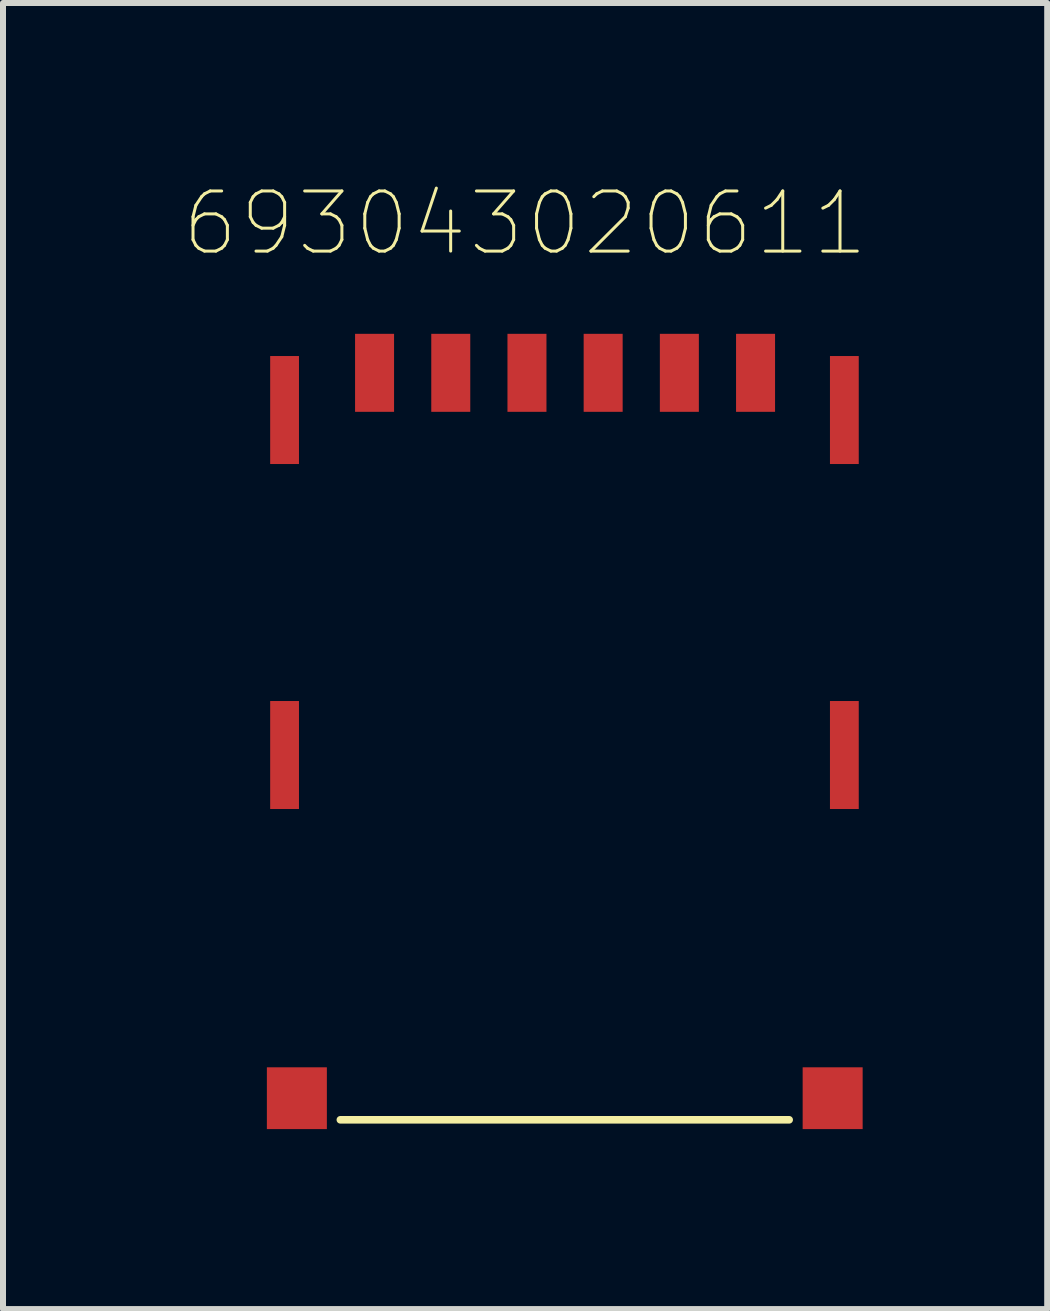
<source format=kicad_pcb>
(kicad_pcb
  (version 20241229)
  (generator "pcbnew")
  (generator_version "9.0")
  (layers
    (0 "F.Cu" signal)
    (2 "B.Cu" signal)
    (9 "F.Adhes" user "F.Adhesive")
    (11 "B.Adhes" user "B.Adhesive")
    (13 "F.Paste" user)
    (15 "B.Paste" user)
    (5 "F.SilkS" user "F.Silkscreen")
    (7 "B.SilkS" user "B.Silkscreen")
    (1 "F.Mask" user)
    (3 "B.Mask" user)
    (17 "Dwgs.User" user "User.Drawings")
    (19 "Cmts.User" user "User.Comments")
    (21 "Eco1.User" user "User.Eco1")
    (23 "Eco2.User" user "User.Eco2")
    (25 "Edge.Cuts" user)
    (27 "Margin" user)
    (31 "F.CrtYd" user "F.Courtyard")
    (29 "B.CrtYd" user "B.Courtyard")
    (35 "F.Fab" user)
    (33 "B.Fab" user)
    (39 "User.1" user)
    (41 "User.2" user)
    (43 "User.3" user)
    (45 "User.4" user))
  (footprint "693043020611"
    (layer "F.Cu")
    (at 6.363 3.114)
    (property "Reference" "693043020611" (at -0.661 -2.44 0) (layer "F.SilkS") (effects (font (size 1.002 1.002) (thickness 0.05))))
    (attr smd)
    (fp_line (start -3.74 12.5) (end 3.74 12.5) (stroke (width 0.127) (type solid)) (layer "F.SilkS"))
    (pad "C1" smd rect (at 1.91 0.05) (size 0.65 1.3) (layers "F.Cu" "F.Mask" "F.Paste"))
    (pad "C2" smd rect (at -0.63 0.05) (size 0.65 1.3) (layers "F.Cu" "F.Mask" "F.Paste"))
    (pad "C3" smd rect (at -1.9 0.05) (size 0.65 1.3) (layers "F.Cu" "F.Mask" "F.Paste"))
    (pad "C5" smd rect (at 3.18 0.05) (size 0.65 1.3) (layers "F.Cu" "F.Mask" "F.Paste"))
    (pad "C6" smd rect (at 0.64 0.05) (size 0.65 1.3) (layers "F.Cu" "F.Mask" "F.Paste"))
    (pad "C7" smd rect (at -3.17 0.05) (size 0.65 1.3) (layers "F.Cu" "F.Mask" "F.Paste"))
    (pad "Z1" smd rect (at 4.465 12.14 90) (size 1.03 1) (layers "F.Cu" "F.Mask" "F.Paste"))
    (pad "Z2" smd rect (at 4.66 6.42) (size 0.48 1.8) (layers "F.Cu" "F.Mask" "F.Paste"))
    (pad "Z3" smd rect (at 4.66 0.67) (size 0.48 1.8) (layers "F.Cu" "F.Mask" "F.Paste"))
    (pad "Z4" smd rect (at -4.67 0.67) (size 0.48 1.8) (layers "F.Cu" "F.Mask" "F.Paste"))
    (pad "Z5" smd rect (at -4.67 6.42) (size 0.48 1.8) (layers "F.Cu" "F.Mask" "F.Paste"))
    (pad "Z6" smd rect (at -4.465 12.14 90) (size 1.03 1) (layers "F.Cu" "F.Mask" "F.Paste")))
  (gr_rect
    (start -3 -3)
    (end 14.404 18.769)
    (stroke (width 0.1) (type default))
    (fill no)
    (layer "Edge.Cuts")))
</source>
